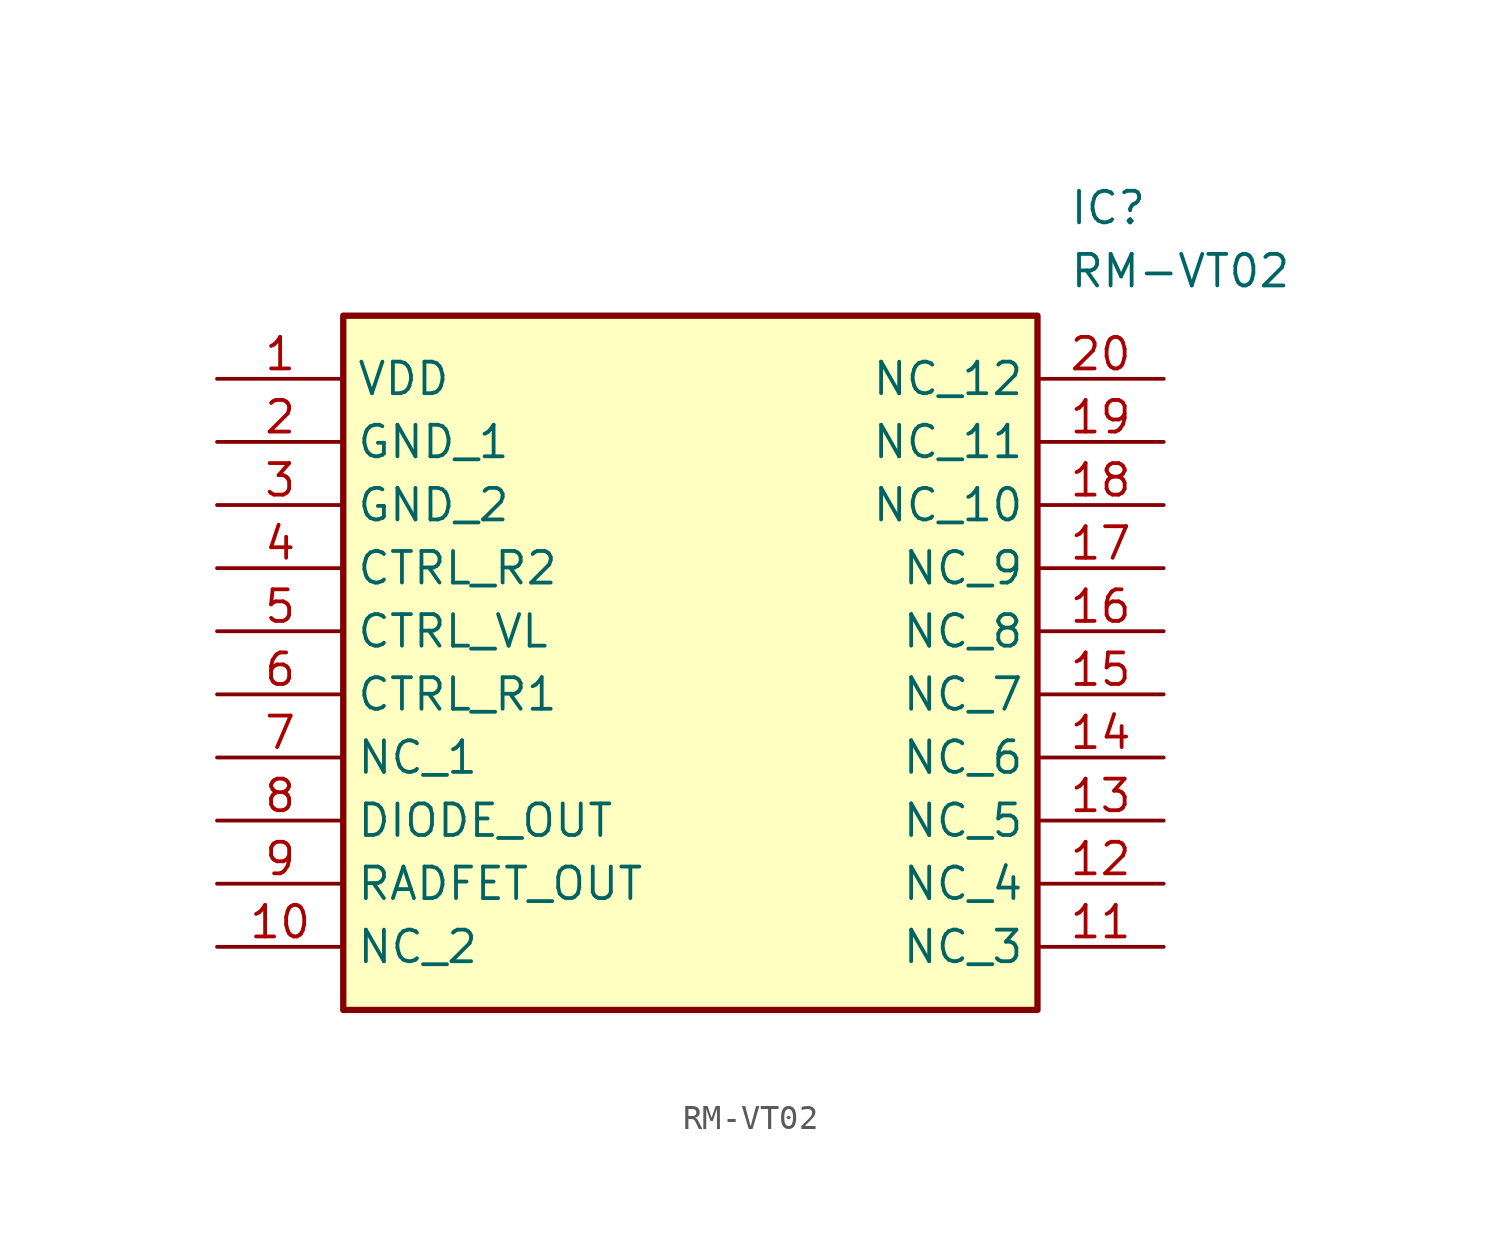
<source format=kicad_sym>
(kicad_symbol_lib
  (version 20211014)
  (generator SamacSys_ECAD_Model)
  (symbol "RM-VT02"
    (property "Reference" "IC"
      (at 34.29 7.62 0)
      (effects (font (size 1.27 1.27)) (justify left top)))
    (property "Value" "RM-VT02"
      (at 34.29 5.08 0)
      (effects (font (size 1.27 1.27)) (justify left top)))
    (rectangle
      (start 5.08 2.54)
      (end 33.02 -25.4)
      (stroke (width 0.254) (type default))
      (fill (type background)))
    (pin passive line
      (at 0 0 0)
      (length 5.08)
      (name "VDD" (effects (font (size 1.27 1.27))))
      (number "1" (effects (font (size 1.27 1.27)))))
    (pin passive line
      (at 0 -2.54 0)
      (length 5.08)
      (name "GND_1" (effects (font (size 1.27 1.27))))
      (number "2" (effects (font (size 1.27 1.27)))))
    (pin passive line
      (at 0 -5.08 0)
      (length 5.08)
      (name "GND_2" (effects (font (size 1.27 1.27))))
      (number "3" (effects (font (size 1.27 1.27)))))
    (pin passive line
      (at 0 -7.62 0)
      (length 5.08)
      (name "CTRL_R2" (effects (font (size 1.27 1.27))))
      (number "4" (effects (font (size 1.27 1.27)))))
    (pin passive line
      (at 0 -10.16 0)
      (length 5.08)
      (name "CTRL_VL" (effects (font (size 1.27 1.27))))
      (number "5" (effects (font (size 1.27 1.27)))))
    (pin passive line
      (at 0 -12.7 0)
      (length 5.08)
      (name "CTRL_R1" (effects (font (size 1.27 1.27))))
      (number "6" (effects (font (size 1.27 1.27)))))
    (pin passive line
      (at 0 -15.24 0)
      (length 5.08)
      (name "NC_1" (effects (font (size 1.27 1.27))))
      (number "7" (effects (font (size 1.27 1.27)))))
    (pin passive line
      (at 0 -17.78 0)
      (length 5.08)
      (name "DIODE_OUT" (effects (font (size 1.27 1.27))))
      (number "8" (effects (font (size 1.27 1.27)))))
    (pin passive line
      (at 0 -20.32 0)
      (length 5.08)
      (name "RADFET_OUT" (effects (font (size 1.27 1.27))))
      (number "9" (effects (font (size 1.27 1.27)))))
    (pin passive line
      (at 0 -22.86 0)
      (length 5.08)
      (name "NC_2" (effects (font (size 1.27 1.27))))
      (number "10" (effects (font (size 1.27 1.27)))))
    (pin passive line
      (at 38.1 -22.86 180)
      (length 5.08)
      (name "NC_3" (effects (font (size 1.27 1.27))))
      (number "11" (effects (font (size 1.27 1.27)))))
    (pin passive line
      (at 38.1 -20.32 180)
      (length 5.08)
      (name "NC_4" (effects (font (size 1.27 1.27))))
      (number "12" (effects (font (size 1.27 1.27)))))
    (pin passive line
      (at 38.1 -17.78 180)
      (length 5.08)
      (name "NC_5" (effects (font (size 1.27 1.27))))
      (number "13" (effects (font (size 1.27 1.27)))))
    (pin passive line
      (at 38.1 -15.24 180)
      (length 5.08)
      (name "NC_6" (effects (font (size 1.27 1.27))))
      (number "14" (effects (font (size 1.27 1.27)))))
    (pin passive line
      (at 38.1 -12.7 180)
      (length 5.08)
      (name "NC_7" (effects (font (size 1.27 1.27))))
      (number "15" (effects (font (size 1.27 1.27)))))
    (pin passive line
      (at 38.1 -10.16 180)
      (length 5.08)
      (name "NC_8" (effects (font (size 1.27 1.27))))
      (number "16" (effects (font (size 1.27 1.27)))))
    (pin passive line
      (at 38.1 -7.62 180)
      (length 5.08)
      (name "NC_9" (effects (font (size 1.27 1.27))))
      (number "17" (effects (font (size 1.27 1.27)))))
    (pin passive line
      (at 38.1 -5.08 180)
      (length 5.08)
      (name "NC_10" (effects (font (size 1.27 1.27))))
      (number "18" (effects (font (size 1.27 1.27)))))
    (pin passive line
      (at 38.1 -2.54 180)
      (length 5.08)
      (name "NC_11" (effects (font (size 1.27 1.27))))
      (number "19" (effects (font (size 1.27 1.27)))))
    (pin passive line
      (at 38.1 0 180)
      (length 5.08)
      (name "NC_12" (effects (font (size 1.27 1.27))))
      (number "20" (effects (font (size 1.27 1.27)))))))
</source>
